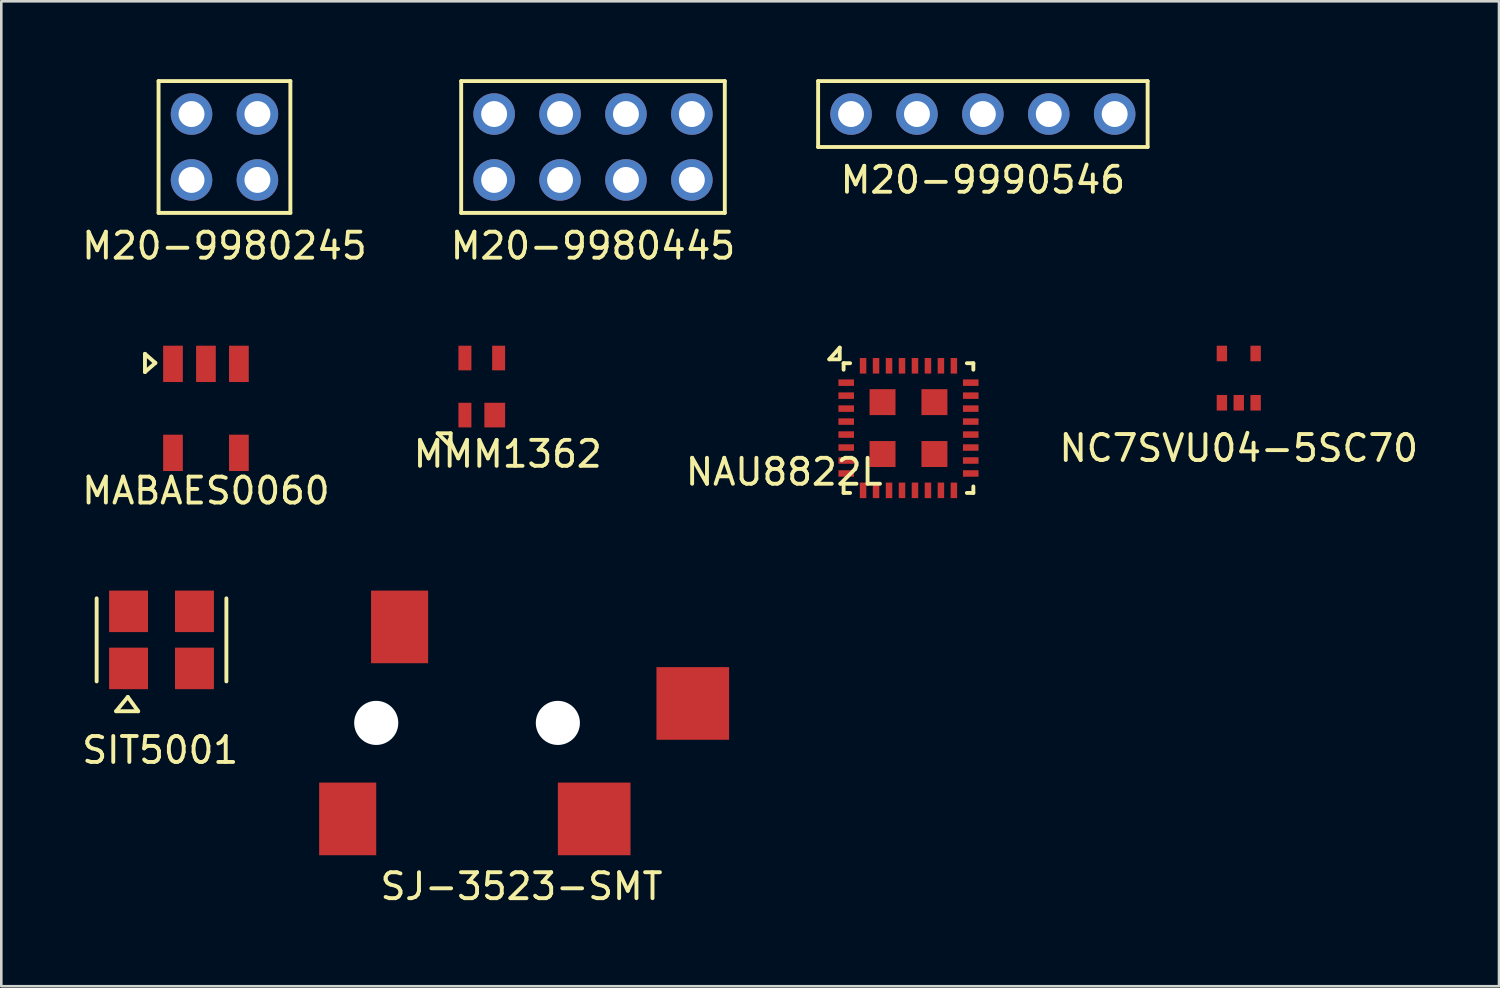
<source format=kicad_pcb>
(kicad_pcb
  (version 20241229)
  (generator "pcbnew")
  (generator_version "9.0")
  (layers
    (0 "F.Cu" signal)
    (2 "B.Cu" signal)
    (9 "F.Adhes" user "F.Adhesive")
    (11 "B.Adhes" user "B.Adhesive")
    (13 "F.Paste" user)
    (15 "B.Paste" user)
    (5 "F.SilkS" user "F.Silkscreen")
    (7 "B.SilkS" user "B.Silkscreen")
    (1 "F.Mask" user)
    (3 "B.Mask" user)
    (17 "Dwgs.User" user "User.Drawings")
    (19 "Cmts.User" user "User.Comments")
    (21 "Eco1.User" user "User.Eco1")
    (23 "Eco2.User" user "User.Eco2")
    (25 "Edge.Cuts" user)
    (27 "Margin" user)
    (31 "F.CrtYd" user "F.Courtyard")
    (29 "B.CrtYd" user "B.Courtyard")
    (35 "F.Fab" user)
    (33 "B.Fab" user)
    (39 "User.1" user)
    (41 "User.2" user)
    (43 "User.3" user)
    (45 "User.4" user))
  (footprint "M20-9980245"
    (layer "F.Cu")
    (at 5.601 2.615)
    (property "Reference" "M20-9980245" (at 0 3.81 0) (layer "F.SilkS") (effects (font (size 1 1) (thickness 0.15))))
    (attr through_hole)
    (fp_line (start -2.54 -2.54) (end -2.54 2.54) (stroke (width 0.15) (type solid)) (layer "F.SilkS"))
    (fp_line (start -2.54 2.54) (end 2.54 2.54) (stroke (width 0.15) (type solid)) (layer "F.SilkS"))
    (fp_line (start 2.54 -2.54) (end -2.54 -2.54) (stroke (width 0.15) (type solid)) (layer "F.SilkS"))
    (fp_line (start 2.54 2.54) (end 2.54 -2.54) (stroke (width 0.15) (type solid)) (layer "F.SilkS"))
    (pad "1" thru_hole circle (at -1.27 -1.27) (size 1.6 1.6) (drill 1) (layers "*.Cu" "*.Mask"))
    (pad "2" thru_hole circle (at -1.27 1.27) (size 1.6 1.6) (drill 1) (layers "*.Cu" "*.Mask"))
    (pad "3" thru_hole circle (at 1.27 -1.27) (size 1.6 1.6) (drill 1) (layers "*.Cu" "*.Mask"))
    (pad "4" thru_hole circle (at 1.27 1.27) (size 1.6 1.6) (drill 1) (layers "*.Cu" "*.Mask")))
  (footprint "NAU8822L"
    (layer "F.Cu")
    (at 31.963 13.448)
    (property "Reference" "NAU8822L" (at -4.79 1.691 0) (layer "F.SilkS") (effects (font (size 1 1) (thickness 0.15))))
    (attr through_hole)
    (fp_line (start -3.05 -2.65) (end -2.65 -2.65) (stroke (width 0.15) (type solid)) (layer "F.SilkS"))
    (fp_line (start -2.65 -3.1) (end -3.05 -2.65) (stroke (width 0.15) (type solid)) (layer "F.SilkS"))
    (fp_line (start -2.65 -2.7) (end -2.65 -3.1) (stroke (width 0.15) (type solid)) (layer "F.SilkS"))
    (fp_line (start -2.5 -2.5) (end -2.25 -2.5) (stroke (width 0.15) (type solid)) (layer "F.SilkS"))
    (fp_line (start -2.5 -2.25) (end -2.5 -2.5) (stroke (width 0.15) (type solid)) (layer "F.SilkS"))
    (fp_line (start -2.5 2.25) (end -2.5 2.5) (stroke (width 0.15) (type solid)) (layer "F.SilkS"))
    (fp_line (start -2.5 2.5) (end -2.25 2.5) (stroke (width 0.15) (type solid)) (layer "F.SilkS"))
    (fp_line (start 2.25 -2.5) (end 2.5 -2.5) (stroke (width 0.15) (type solid)) (layer "F.SilkS"))
    (fp_line (start 2.5 -2.5) (end 2.5 -2.25) (stroke (width 0.15) (type solid)) (layer "F.SilkS"))
    (fp_line (start 2.5 2.25) (end 2.5 2.5) (stroke (width 0.15) (type solid)) (layer "F.SilkS"))
    (fp_line (start 2.5 2.5) (end 2.25 2.5) (stroke (width 0.15) (type solid)) (layer "F.SilkS"))
    (pad "1" smd rect (at -2.4 -1.75) (size 0.6 0.25) (layers "F.Cu" "F.Mask" "F.Paste"))
    (pad "2" smd rect (at -2.4 -1.25) (size 0.6 0.25) (layers "F.Cu" "F.Mask" "F.Paste"))
    (pad "3" smd rect (at -2.4 -0.75) (size 0.6 0.25) (layers "F.Cu" "F.Mask" "F.Paste"))
    (pad "4" smd rect (at -2.4 -0.25) (size 0.6 0.25) (layers "F.Cu" "F.Mask" "F.Paste"))
    (pad "5" smd rect (at -2.4 0.25) (size 0.6 0.25) (layers "F.Cu" "F.Mask" "F.Paste"))
    (pad "6" smd rect (at -2.4 0.75) (size 0.6 0.25) (layers "F.Cu" "F.Mask" "F.Paste"))
    (pad "7" smd rect (at -2.4 1.25) (size 0.6 0.25) (layers "F.Cu" "F.Mask" "F.Paste"))
    (pad "8" smd rect (at -2.4 1.75) (size 0.6 0.25) (layers "F.Cu" "F.Mask" "F.Paste"))
    (pad "9" smd rect (at -1.75 2.4) (size 0.25 0.6) (layers "F.Cu" "F.Mask" "F.Paste"))
    (pad "10" smd rect (at -1.25 2.4) (size 0.25 0.6) (layers "F.Cu" "F.Mask" "F.Paste"))
    (pad "11" smd rect (at -0.75 2.4) (size 0.25 0.6) (layers "F.Cu" "F.Mask" "F.Paste"))
    (pad "12" smd rect (at -0.25 2.4) (size 0.25 0.6) (layers "F.Cu" "F.Mask" "F.Paste"))
    (pad "13" smd rect (at 0.25 2.4) (size 0.25 0.6) (layers "F.Cu" "F.Mask" "F.Paste"))
    (pad "14" smd rect (at 0.75 2.4) (size 0.25 0.6) (layers "F.Cu" "F.Mask" "F.Paste"))
    (pad "15" smd rect (at 1.25 2.4) (size 0.25 0.6) (layers "F.Cu" "F.Mask" "F.Paste"))
    (pad "16" smd rect (at 1.75 2.4) (size 0.25 0.6) (layers "F.Cu" "F.Mask" "F.Paste"))
    (pad "17" smd rect (at 2.4 1.75) (size 0.6 0.25) (layers "F.Cu" "F.Mask" "F.Paste"))
    (pad "18" smd rect (at 2.4 1.25) (size 0.6 0.25) (layers "F.Cu" "F.Mask" "F.Paste"))
    (pad "19" smd rect (at 2.4 0.75) (size 0.6 0.25) (layers "F.Cu" "F.Mask" "F.Paste"))
    (pad "20" smd rect (at 2.4 0.25) (size 0.6 0.25) (layers "F.Cu" "F.Mask" "F.Paste"))
    (pad "21" smd rect (at 2.4 -0.25) (size 0.6 0.25) (layers "F.Cu" "F.Mask" "F.Paste"))
    (pad "22" smd rect (at 2.4 -0.75) (size 0.6 0.25) (layers "F.Cu" "F.Mask" "F.Paste"))
    (pad "23" smd rect (at 2.4 -1.25) (size 0.6 0.25) (layers "F.Cu" "F.Mask" "F.Paste"))
    (pad "24" smd rect (at 2.4 -1.75) (size 0.6 0.25) (layers "F.Cu" "F.Mask" "F.Paste"))
    (pad "25" smd rect (at 1.75 -2.4) (size 0.25 0.6) (layers "F.Cu" "F.Mask" "F.Paste"))
    (pad "26" smd rect (at 1.25 -2.4) (size 0.25 0.6) (layers "F.Cu" "F.Mask" "F.Paste"))
    (pad "27" smd rect (at 0.75 -2.4) (size 0.25 0.6) (layers "F.Cu" "F.Mask" "F.Paste"))
    (pad "28" smd rect (at 0.25 -2.4) (size 0.25 0.6) (layers "F.Cu" "F.Mask" "F.Paste"))
    (pad "29" smd rect (at -0.25 -2.4) (size 0.25 0.6) (layers "F.Cu" "F.Mask" "F.Paste"))
    (pad "30" smd rect (at -0.75 -2.4) (size 0.25 0.6) (layers "F.Cu" "F.Mask" "F.Paste"))
    (pad "31" smd rect (at -1.25 -2.4) (size 0.25 0.6) (layers "F.Cu" "F.Mask" "F.Paste"))
    (pad "32" smd rect (at -1.75 -2.4) (size 0.25 0.6) (layers "F.Cu" "F.Mask" "F.Paste"))
    (pad "33" smd rect (at -1 -1) (size 1 1) (layers "F.Cu" "F.Mask" "F.Paste"))
    (pad "33" smd rect (at -1 1) (size 1 1) (layers "F.Cu" "F.Mask" "F.Paste"))
    (pad "33" smd rect (at 1 -1) (size 1 1) (layers "F.Cu" "F.Mask" "F.Paste"))
    (pad "33" smd rect (at 1 1) (size 1 1) (layers "F.Cu" "F.Mask" "F.Paste")))
  (footprint "M20-9980445"
    (layer "F.Cu")
    (at 19.804 2.615)
    (property "Reference" "M20-9980445" (at 0 3.81 0) (layer "F.SilkS") (effects (font (size 1 1) (thickness 0.15))))
    (attr through_hole)
    (fp_line (start -5.08 -2.54) (end -5.08 2.54) (stroke (width 0.15) (type solid)) (layer "F.SilkS"))
    (fp_line (start -5.08 2.54) (end 5.08 2.54) (stroke (width 0.15) (type solid)) (layer "F.SilkS"))
    (fp_line (start 5.08 -2.54) (end -5.08 -2.54) (stroke (width 0.15) (type solid)) (layer "F.SilkS"))
    (fp_line (start 5.08 2.54) (end 5.08 -2.54) (stroke (width 0.15) (type solid)) (layer "F.SilkS"))
    (pad "1" thru_hole circle (at -3.81 -1.27) (size 1.6 1.6) (drill 1) (layers "*.Cu" "*.Mask"))
    (pad "2" thru_hole circle (at -3.81 1.27) (size 1.6 1.6) (drill 1) (layers "*.Cu" "*.Mask"))
    (pad "3" thru_hole circle (at -1.27 -1.27) (size 1.6 1.6) (drill 1) (layers "*.Cu" "*.Mask"))
    (pad "4" thru_hole circle (at -1.27 1.27) (size 1.6 1.6) (drill 1) (layers "*.Cu" "*.Mask"))
    (pad "5" thru_hole circle (at 1.27 -1.27) (size 1.6 1.6) (drill 1) (layers "*.Cu" "*.Mask"))
    (pad "6" thru_hole circle (at 1.27 1.27) (size 1.6 1.6) (drill 1) (layers "*.Cu" "*.Mask"))
    (pad "7" thru_hole circle (at 3.81 -1.27) (size 1.6 1.6) (drill 1) (layers "*.Cu" "*.Mask"))
    (pad "8" thru_hole circle (at 3.81 1.27) (size 1.6 1.6) (drill 1) (layers "*.Cu" "*.Mask")))
  (footprint "MABAES0060"
    (layer "F.Cu")
    (at 4.887 12.688)
    (property "Reference" "MABAES0060" (at 0 3.175 0) (layer "F.SilkS") (effects (font (size 1 1) (thickness 0.15))))
    (attr through_hole)
    (fp_line (start -2.35 -2.1) (end -2.35 -1.4) (stroke (width 0.15) (type solid)) (layer "F.SilkS"))
    (fp_line (start -2.35 -1.4) (end -1.95 -1.75) (stroke (width 0.15) (type solid)) (layer "F.SilkS"))
    (fp_line (start -1.95 -1.75) (end -2.35 -2.1) (stroke (width 0.15) (type solid)) (layer "F.SilkS"))
    (pad "1" smd rect (at -1.27 -1.715) (size 0.76 1.4) (layers "F.Cu" "F.Mask" "F.Paste"))
    (pad "2" smd rect (at 0 -1.715) (size 0.76 1.4) (layers "F.Cu" "F.Mask" "F.Paste"))
    (pad "3" smd rect (at 1.27 -1.715) (size 0.76 1.4) (layers "F.Cu" "F.Mask" "F.Paste"))
    (pad "4" smd rect (at 1.27 1.715) (size 0.76 1.4) (layers "F.Cu" "F.Mask" "F.Paste"))
    (pad "5" smd rect (at -1.27 1.715) (size 0.76 1.4) (layers "F.Cu" "F.Mask" "F.Paste")))
  (footprint "SJ-3523-SMT"
    (layer "F.Cu")
    (at 18.45 24.811)
    (property "Reference" "SJ-3523-SMT" (at -1.4 6.3 180) (layer "F.SilkS") (effects (font (size 1 1) (thickness 0.15))))
    (attr through_hole)
    (pad "" np_thru_hole circle (at -7 0) (size 1.7 1.7) (drill 1.7) (layers "*.Cu" "*.Mask"))
    (pad "" np_thru_hole circle (at 0 0) (size 1.7 1.7) (drill 1.7) (layers "*.Cu" "*.Mask"))
    (pad "1" smd rect (at -8.1 3.7) (size 2.2 2.8) (layers "F.Cu" "F.Mask" "F.Paste"))
    (pad "2" smd rect (at 1.4 3.7) (size 2.8 2.8) (layers "F.Cu" "F.Mask" "F.Paste"))
    (pad "3" smd rect (at -6.1 -3.7) (size 2.2 2.8) (layers "F.Cu" "F.Mask" "F.Paste"))
    (pad "4" smd rect (at 5.2 -0.75) (size 2.8 2.8) (layers "F.Cu" "F.Mask" "F.Paste")))
  (footprint "NC7SVU04-5SC70"
    (layer "F.Cu")
    (at 44.692 11.523)
    (property "Reference" "NC7SVU04-5SC70" (at 0 2.7 0) (layer "F.SilkS") (effects (font (size 1 1) (thickness 0.15))))
    (attr through_hole)
    (pad "1" smd rect (at -0.65 0.95) (size 0.4 0.6) (layers "F.Cu" "F.Mask" "F.Paste"))
    (pad "2" smd rect (at 0 0.95) (size 0.4 0.6) (layers "F.Cu" "F.Mask" "F.Paste"))
    (pad "3" smd rect (at 0.65 0.95) (size 0.4 0.6) (layers "F.Cu" "F.Mask" "F.Paste"))
    (pad "4" smd rect (at 0.65 -0.95) (size 0.4 0.6) (layers "F.Cu" "F.Mask" "F.Paste"))
    (pad "5" smd rect (at -0.65 -0.95) (size 0.4 0.6) (layers "F.Cu" "F.Mask" "F.Paste")))
  (footprint "SIT5001"
    (layer "F.Cu")
    (at 3.175 21.611)
    (property "Reference" "SIT5001" (at -0.05 4.25 0) (layer "F.SilkS") (effects (font (size 1 1) (thickness 0.15))))
    (attr through_hole)
    (fp_line (start -2.5 -1.6) (end -2.5 1.6) (stroke (width 0.15) (type solid)) (layer "F.SilkS"))
    (fp_line (start -1.75 2.75) (end -0.9 2.75) (stroke (width 0.15) (type solid)) (layer "F.SilkS"))
    (fp_line (start -1.3 2.2) (end -1.75 2.75) (stroke (width 0.15) (type solid)) (layer "F.SilkS"))
    (fp_line (start -0.9 2.75) (end -1.3 2.2) (stroke (width 0.15) (type solid)) (layer "F.SilkS"))
    (fp_line (start 2.5 -1.6) (end 2.5 1.6) (stroke (width 0.15) (type solid)) (layer "F.SilkS"))
    (pad "1" smd rect (at -1.27 1.1) (size 1.5 1.6) (layers "F.Cu" "F.Mask" "F.Paste"))
    (pad "2" smd rect (at 1.27 1.1) (size 1.5 1.6) (layers "F.Cu" "F.Mask" "F.Paste"))
    (pad "3" smd rect (at 1.27 -1.1) (size 1.5 1.6) (layers "F.Cu" "F.Mask" "F.Paste"))
    (pad "4" smd rect (at -1.27 -1.1) (size 1.5 1.6) (layers "F.Cu" "F.Mask" "F.Paste")))
  (footprint "M20-9990546"
    (layer "F.Cu")
    (at 34.83 1.345)
    (property "Reference" "M20-9990546" (at 0 2.54 0) (layer "F.SilkS") (effects (font (size 1 1) (thickness 0.15))))
    (attr through_hole)
    (fp_line (start -6.35 -1.27) (end -6.35 1.27) (stroke (width 0.15) (type solid)) (layer "F.SilkS"))
    (fp_line (start -6.35 1.27) (end 6.35 1.27) (stroke (width 0.15) (type solid)) (layer "F.SilkS"))
    (fp_line (start 6.35 -1.27) (end -6.35 -1.27) (stroke (width 0.15) (type solid)) (layer "F.SilkS"))
    (fp_line (start 6.35 1.27) (end 6.35 -1.27) (stroke (width 0.15) (type solid)) (layer "F.SilkS"))
    (pad "1" thru_hole circle (at -5.08 0) (size 1.6 1.6) (drill 1) (layers "*.Cu" "*.Mask"))
    (pad "2" thru_hole circle (at -2.54 0) (size 1.6 1.6) (drill 1) (layers "*.Cu" "*.Mask"))
    (pad "3" thru_hole circle (at 0 0) (size 1.6 1.6) (drill 1) (layers "*.Cu" "*.Mask"))
    (pad "4" thru_hole circle (at 2.54 0) (size 1.6 1.6) (drill 1) (layers "*.Cu" "*.Mask"))
    (pad "5" thru_hole circle (at 5.08 0) (size 1.6 1.6) (drill 1) (layers "*.Cu" "*.Mask")))
  (footprint "MMM1362"
    (layer "F.Cu")
    (at 15.518 11.848)
    (property "Reference" "MMM1362" (at 1 2.6 0) (layer "F.SilkS") (effects (font (size 1 1) (thickness 0.15))))
    (attr smd)
    (fp_line (start -1.7 1.8) (end -1.2 1.8) (stroke (width 0.15) (type solid)) (layer "F.SilkS"))
    (fp_line (start -1.2 1.8) (end -1.2 2.3) (stroke (width 0.15) (type solid)) (layer "F.SilkS"))
    (fp_line (start -1.2 2.3) (end -1.7 1.8) (stroke (width 0.15) (type solid)) (layer "F.SilkS"))
    (pad "1" smd rect (at -0.65 1.1) (size 0.5 0.95) (layers "F.Cu" "F.Mask" "F.Paste"))
    (pad "2" smd rect (at 0.5 1.1) (size 0.8 0.95) (layers "F.Cu" "F.Mask" "F.Paste"))
    (pad "3" smd rect (at 0.65 -1.1) (size 0.5 0.95) (layers "F.Cu" "F.Mask" "F.Paste"))
    (pad "4" smd rect (at -0.65 -1.1) (size 0.5 0.95) (layers "F.Cu" "F.Mask" "F.Paste")))
  (gr_rect
    (start -3 -3)
    (end 54.722 34.96)
    (stroke (width 0.1) (type default))
    (fill no)
    (layer "Edge.Cuts")))
</source>
